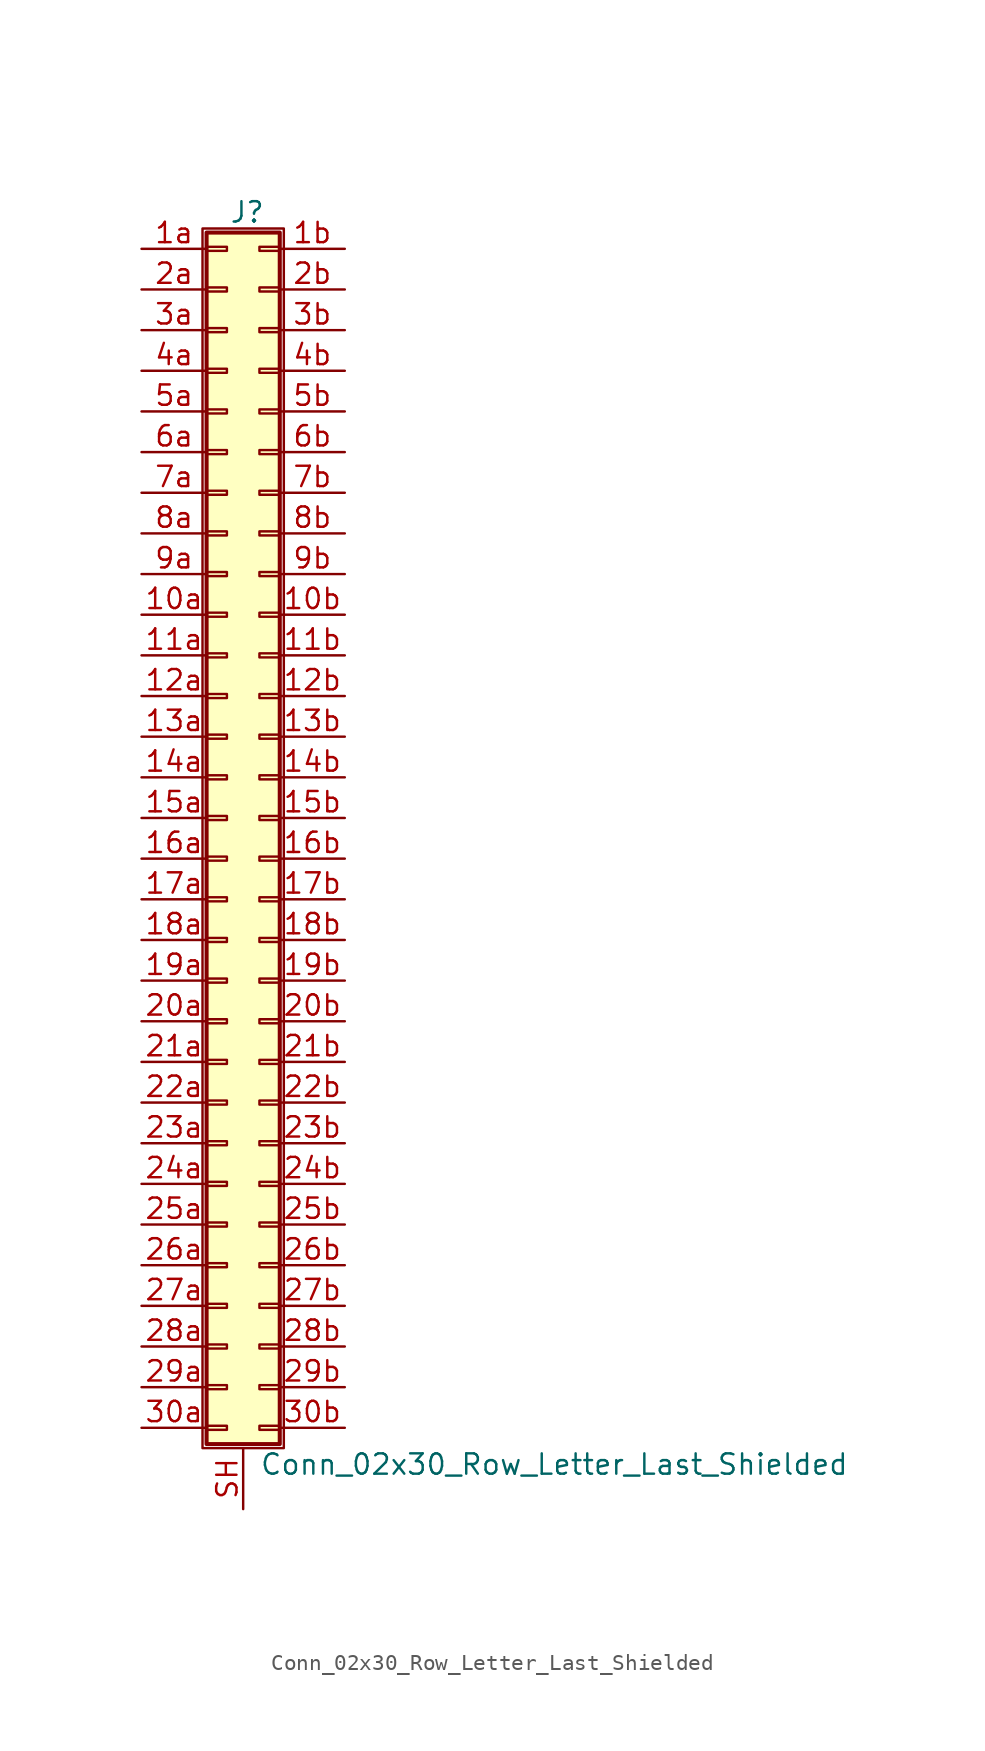
<source format=kicad_sym>
(kicad_symbol_lib
  (version 20220914)
  (generator kicad_symbol_editor)
  (symbol "Conn_02x30_Row_Letter_Last_Shielded"
    (pin_names
      (offset 1.016) hide)
    (property "Reference" "J"
      (at 1.524 37.846 0)
      (effects (font (size 1.27 1.27))))
    (property "Value" "Conn_02x30_Row_Letter_Last_Shielded"
      (at 2.286 -40.386 0)
      (effects (font (size 1.27 1.27)) (justify left)))
    (symbol "Conn_02x30_Row_Letter_Last_Shielded_1_1"
      (rectangle (start -1.27 36.83) (end 3.81 -39.37) (stroke (width 0.152) (type default)) (fill (type none)))
      (rectangle (start -1.016 -37.973) (end 0.254 -38.227) (stroke (width 0.152) (type default)) (fill (type none)))
      (rectangle (start -1.016 -35.433) (end 0.254 -35.687) (stroke (width 0.152) (type default)) (fill (type none)))
      (rectangle (start -1.016 -32.893) (end 0.254 -33.147) (stroke (width 0.152) (type default)) (fill (type none)))
      (rectangle (start -1.016 -30.353) (end 0.254 -30.607) (stroke (width 0.152) (type default)) (fill (type none)))
      (rectangle (start -1.016 -27.813) (end 0.254 -28.067) (stroke (width 0.152) (type default)) (fill (type none)))
      (rectangle (start -1.016 -25.273) (end 0.254 -25.527) (stroke (width 0.152) (type default)) (fill (type none)))
      (rectangle (start -1.016 -22.733) (end 0.254 -22.987) (stroke (width 0.152) (type default)) (fill (type none)))
      (rectangle (start -1.016 -20.193) (end 0.254 -20.447) (stroke (width 0.152) (type default)) (fill (type none)))
      (rectangle (start -1.016 -17.653) (end 0.254 -17.907) (stroke (width 0.152) (type default)) (fill (type none)))
      (rectangle (start -1.016 -15.113) (end 0.254 -15.367) (stroke (width 0.152) (type default)) (fill (type none)))
      (rectangle (start -1.016 -12.573) (end 0.254 -12.827) (stroke (width 0.152) (type default)) (fill (type none)))
      (rectangle (start -1.016 -10.033) (end 0.254 -10.287) (stroke (width 0.152) (type default)) (fill (type none)))
      (rectangle (start -1.016 -7.493) (end 0.254 -7.747) (stroke (width 0.152) (type default)) (fill (type none)))
      (rectangle (start -1.016 -4.953) (end 0.254 -5.207) (stroke (width 0.152) (type default)) (fill (type none)))
      (rectangle (start -1.016 -2.413) (end 0.254 -2.667) (stroke (width 0.152) (type default)) (fill (type none)))
      (rectangle (start -1.016 0.127) (end 0.254 -0.127) (stroke (width 0.152) (type default)) (fill (type none)))
      (rectangle (start -1.016 2.667) (end 0.254 2.413) (stroke (width 0.152) (type default)) (fill (type none)))
      (rectangle (start -1.016 5.207) (end 0.254 4.953) (stroke (width 0.152) (type default)) (fill (type none)))
      (rectangle (start -1.016 7.747) (end 0.254 7.493) (stroke (width 0.152) (type default)) (fill (type none)))
      (rectangle (start -1.016 10.287) (end 0.254 10.033) (stroke (width 0.152) (type default)) (fill (type none)))
      (rectangle (start -1.016 12.827) (end 0.254 12.573) (stroke (width 0.152) (type default)) (fill (type none)))
      (rectangle (start -1.016 15.367) (end 0.254 15.113) (stroke (width 0.152) (type default)) (fill (type none)))
      (rectangle (start -1.016 17.907) (end 0.254 17.653) (stroke (width 0.152) (type default)) (fill (type none)))
      (rectangle (start -1.016 20.447) (end 0.254 20.193) (stroke (width 0.152) (type default)) (fill (type none)))
      (rectangle (start -1.016 22.987) (end 0.254 22.733) (stroke (width 0.152) (type default)) (fill (type none)))
      (rectangle (start -1.016 25.527) (end 0.254 25.273) (stroke (width 0.152) (type default)) (fill (type none)))
      (rectangle (start -1.016 28.067) (end 0.254 27.813) (stroke (width 0.152) (type default)) (fill (type none)))
      (rectangle (start -1.016 30.607) (end 0.254 30.353) (stroke (width 0.152) (type default)) (fill (type none)))
      (rectangle (start -1.016 33.147) (end 0.254 32.893) (stroke (width 0.152) (type default)) (fill (type none)))
      (rectangle (start -1.016 35.687) (end 0.254 35.433) (stroke (width 0.152) (type default)) (fill (type none)))
      (rectangle (start -1.016 36.576) (end 3.556 -39.116) (stroke (width 0.254) (type default)) (fill (type background)))
      (rectangle (start 3.556 -37.973) (end 2.286 -38.227) (stroke (width 0.152) (type default)) (fill (type none)))
      (rectangle (start 3.556 -35.433) (end 2.286 -35.687) (stroke (width 0.152) (type default)) (fill (type none)))
      (rectangle (start 3.556 -32.893) (end 2.286 -33.147) (stroke (width 0.152) (type default)) (fill (type none)))
      (rectangle (start 3.556 -30.353) (end 2.286 -30.607) (stroke (width 0.152) (type default)) (fill (type none)))
      (rectangle (start 3.556 -27.813) (end 2.286 -28.067) (stroke (width 0.152) (type default)) (fill (type none)))
      (rectangle (start 3.556 -25.273) (end 2.286 -25.527) (stroke (width 0.152) (type default)) (fill (type none)))
      (rectangle (start 3.556 -22.733) (end 2.286 -22.987) (stroke (width 0.152) (type default)) (fill (type none)))
      (rectangle (start 3.556 -20.193) (end 2.286 -20.447) (stroke (width 0.152) (type default)) (fill (type none)))
      (rectangle (start 3.556 -17.653) (end 2.286 -17.907) (stroke (width 0.152) (type default)) (fill (type none)))
      (rectangle (start 3.556 -15.113) (end 2.286 -15.367) (stroke (width 0.152) (type default)) (fill (type none)))
      (rectangle (start 3.556 -12.573) (end 2.286 -12.827) (stroke (width 0.152) (type default)) (fill (type none)))
      (rectangle (start 3.556 -10.033) (end 2.286 -10.287) (stroke (width 0.152) (type default)) (fill (type none)))
      (rectangle (start 3.556 -7.493) (end 2.286 -7.747) (stroke (width 0.152) (type default)) (fill (type none)))
      (rectangle (start 3.556 -4.953) (end 2.286 -5.207) (stroke (width 0.152) (type default)) (fill (type none)))
      (rectangle (start 3.556 -2.413) (end 2.286 -2.667) (stroke (width 0.152) (type default)) (fill (type none)))
      (rectangle (start 3.556 0.127) (end 2.286 -0.127) (stroke (width 0.152) (type default)) (fill (type none)))
      (rectangle (start 3.556 2.667) (end 2.286 2.413) (stroke (width 0.152) (type default)) (fill (type none)))
      (rectangle (start 3.556 5.207) (end 2.286 4.953) (stroke (width 0.152) (type default)) (fill (type none)))
      (rectangle (start 3.556 7.747) (end 2.286 7.493) (stroke (width 0.152) (type default)) (fill (type none)))
      (rectangle (start 3.556 10.287) (end 2.286 10.033) (stroke (width 0.152) (type default)) (fill (type none)))
      (rectangle (start 3.556 12.827) (end 2.286 12.573) (stroke (width 0.152) (type default)) (fill (type none)))
      (rectangle (start 3.556 15.367) (end 2.286 15.113) (stroke (width 0.152) (type default)) (fill (type none)))
      (rectangle (start 3.556 17.907) (end 2.286 17.653) (stroke (width 0.152) (type default)) (fill (type none)))
      (rectangle (start 3.556 20.447) (end 2.286 20.193) (stroke (width 0.152) (type default)) (fill (type none)))
      (rectangle (start 3.556 22.987) (end 2.286 22.733) (stroke (width 0.152) (type default)) (fill (type none)))
      (rectangle (start 3.556 25.527) (end 2.286 25.273) (stroke (width 0.152) (type default)) (fill (type none)))
      (rectangle (start 3.556 28.067) (end 2.286 27.813) (stroke (width 0.152) (type default)) (fill (type none)))
      (rectangle (start 3.556 30.607) (end 2.286 30.353) (stroke (width 0.152) (type default)) (fill (type none)))
      (rectangle (start 3.556 33.147) (end 2.286 32.893) (stroke (width 0.152) (type default)) (fill (type none)))
      (rectangle (start 3.556 35.687) (end 2.286 35.433) (stroke (width 0.152) (type default)) (fill (type none)))
      (pin passive line (at -5.08 12.7 0) (length 4.064) (name "Pin_10a" (effects (font (size 1.27 1.27)))) (number "10a" (effects (font (size 1.27 1.27)))))
      (pin passive line (at 7.62 12.7 180) (length 4.064) (name "Pin_10b" (effects (font (size 1.27 1.27)))) (number "10b" (effects (font (size 1.27 1.27)))))
      (pin passive line (at -5.08 10.16 0) (length 4.064) (name "Pin_11a" (effects (font (size 1.27 1.27)))) (number "11a" (effects (font (size 1.27 1.27)))))
      (pin passive line (at 7.62 10.16 180) (length 4.064) (name "Pin_11b" (effects (font (size 1.27 1.27)))) (number "11b" (effects (font (size 1.27 1.27)))))
      (pin passive line (at -5.08 7.62 0) (length 4.064) (name "Pin_12a" (effects (font (size 1.27 1.27)))) (number "12a" (effects (font (size 1.27 1.27)))))
      (pin passive line (at 7.62 7.62 180) (length 4.064) (name "Pin_12b" (effects (font (size 1.27 1.27)))) (number "12b" (effects (font (size 1.27 1.27)))))
      (pin passive line (at -5.08 5.08 0) (length 4.064) (name "Pin_13a" (effects (font (size 1.27 1.27)))) (number "13a" (effects (font (size 1.27 1.27)))))
      (pin passive line (at 7.62 5.08 180) (length 4.064) (name "Pin_13b" (effects (font (size 1.27 1.27)))) (number "13b" (effects (font (size 1.27 1.27)))))
      (pin passive line (at -5.08 2.54 0) (length 4.064) (name "Pin_14a" (effects (font (size 1.27 1.27)))) (number "14a" (effects (font (size 1.27 1.27)))))
      (pin passive line (at 7.62 2.54 180) (length 4.064) (name "Pin_14b" (effects (font (size 1.27 1.27)))) (number "14b" (effects (font (size 1.27 1.27)))))
      (pin passive line (at -5.08 0 0) (length 4.064) (name "Pin_15a" (effects (font (size 1.27 1.27)))) (number "15a" (effects (font (size 1.27 1.27)))))
      (pin passive line (at 7.62 0 180) (length 4.064) (name "Pin_15b" (effects (font (size 1.27 1.27)))) (number "15b" (effects (font (size 1.27 1.27)))))
      (pin passive line (at -5.08 -2.54 0) (length 4.064) (name "Pin_16a" (effects (font (size 1.27 1.27)))) (number "16a" (effects (font (size 1.27 1.27)))))
      (pin passive line (at 7.62 -2.54 180) (length 4.064) (name "Pin_16b" (effects (font (size 1.27 1.27)))) (number "16b" (effects (font (size 1.27 1.27)))))
      (pin passive line (at -5.08 -5.08 0) (length 4.064) (name "Pin_17a" (effects (font (size 1.27 1.27)))) (number "17a" (effects (font (size 1.27 1.27)))))
      (pin passive line (at 7.62 -5.08 180) (length 4.064) (name "Pin_17b" (effects (font (size 1.27 1.27)))) (number "17b" (effects (font (size 1.27 1.27)))))
      (pin passive line (at -5.08 -7.62 0) (length 4.064) (name "Pin_18a" (effects (font (size 1.27 1.27)))) (number "18a" (effects (font (size 1.27 1.27)))))
      (pin passive line (at 7.62 -7.62 180) (length 4.064) (name "Pin_18b" (effects (font (size 1.27 1.27)))) (number "18b" (effects (font (size 1.27 1.27)))))
      (pin passive line (at -5.08 -10.16 0) (length 4.064) (name "Pin_19a" (effects (font (size 1.27 1.27)))) (number "19a" (effects (font (size 1.27 1.27)))))
      (pin passive line (at 7.62 -10.16 180) (length 4.064) (name "Pin_19b" (effects (font (size 1.27 1.27)))) (number "19b" (effects (font (size 1.27 1.27)))))
      (pin passive line (at -5.08 35.56 0) (length 4.064) (name "Pin_1a" (effects (font (size 1.27 1.27)))) (number "1a" (effects (font (size 1.27 1.27)))))
      (pin passive line (at 7.62 35.56 180) (length 4.064) (name "Pin_1b" (effects (font (size 1.27 1.27)))) (number "1b" (effects (font (size 1.27 1.27)))))
      (pin passive line (at -5.08 -12.7 0) (length 4.064) (name "Pin_20a" (effects (font (size 1.27 1.27)))) (number "20a" (effects (font (size 1.27 1.27)))))
      (pin passive line (at 7.62 -12.7 180) (length 4.064) (name "Pin_20b" (effects (font (size 1.27 1.27)))) (number "20b" (effects (font (size 1.27 1.27)))))
      (pin passive line (at -5.08 -15.24 0) (length 4.064) (name "Pin_21a" (effects (font (size 1.27 1.27)))) (number "21a" (effects (font (size 1.27 1.27)))))
      (pin passive line (at 7.62 -15.24 180) (length 4.064) (name "Pin_21b" (effects (font (size 1.27 1.27)))) (number "21b" (effects (font (size 1.27 1.27)))))
      (pin passive line (at -5.08 -17.78 0) (length 4.064) (name "Pin_22a" (effects (font (size 1.27 1.27)))) (number "22a" (effects (font (size 1.27 1.27)))))
      (pin passive line (at 7.62 -17.78 180) (length 4.064) (name "Pin_22b" (effects (font (size 1.27 1.27)))) (number "22b" (effects (font (size 1.27 1.27)))))
      (pin passive line (at -5.08 -20.32 0) (length 4.064) (name "Pin_23a" (effects (font (size 1.27 1.27)))) (number "23a" (effects (font (size 1.27 1.27)))))
      (pin passive line (at 7.62 -20.32 180) (length 4.064) (name "Pin_23b" (effects (font (size 1.27 1.27)))) (number "23b" (effects (font (size 1.27 1.27)))))
      (pin passive line (at -5.08 -22.86 0) (length 4.064) (name "Pin_24a" (effects (font (size 1.27 1.27)))) (number "24a" (effects (font (size 1.27 1.27)))))
      (pin passive line (at 7.62 -22.86 180) (length 4.064) (name "Pin_24b" (effects (font (size 1.27 1.27)))) (number "24b" (effects (font (size 1.27 1.27)))))
      (pin passive line (at -5.08 -25.4 0) (length 4.064) (name "Pin_25a" (effects (font (size 1.27 1.27)))) (number "25a" (effects (font (size 1.27 1.27)))))
      (pin passive line (at 7.62 -25.4 180) (length 4.064) (name "Pin_25b" (effects (font (size 1.27 1.27)))) (number "25b" (effects (font (size 1.27 1.27)))))
      (pin passive line (at -5.08 -27.94 0) (length 4.064) (name "Pin_26a" (effects (font (size 1.27 1.27)))) (number "26a" (effects (font (size 1.27 1.27)))))
      (pin passive line (at 7.62 -27.94 180) (length 4.064) (name "Pin_26b" (effects (font (size 1.27 1.27)))) (number "26b" (effects (font (size 1.27 1.27)))))
      (pin passive line (at -5.08 -30.48 0) (length 4.064) (name "Pin_27a" (effects (font (size 1.27 1.27)))) (number "27a" (effects (font (size 1.27 1.27)))))
      (pin passive line (at 7.62 -30.48 180) (length 4.064) (name "Pin_27b" (effects (font (size 1.27 1.27)))) (number "27b" (effects (font (size 1.27 1.27)))))
      (pin passive line (at -5.08 -33.02 0) (length 4.064) (name "Pin_28a" (effects (font (size 1.27 1.27)))) (number "28a" (effects (font (size 1.27 1.27)))))
      (pin passive line (at 7.62 -33.02 180) (length 4.064) (name "Pin_28b" (effects (font (size 1.27 1.27)))) (number "28b" (effects (font (size 1.27 1.27)))))
      (pin passive line (at -5.08 -35.56 0) (length 4.064) (name "Pin_29a" (effects (font (size 1.27 1.27)))) (number "29a" (effects (font (size 1.27 1.27)))))
      (pin passive line (at 7.62 -35.56 180) (length 4.064) (name "Pin_29b" (effects (font (size 1.27 1.27)))) (number "29b" (effects (font (size 1.27 1.27)))))
      (pin passive line (at -5.08 33.02 0) (length 4.064) (name "Pin_2a" (effects (font (size 1.27 1.27)))) (number "2a" (effects (font (size 1.27 1.27)))))
      (pin passive line (at 7.62 33.02 180) (length 4.064) (name "Pin_2b" (effects (font (size 1.27 1.27)))) (number "2b" (effects (font (size 1.27 1.27)))))
      (pin passive line (at -5.08 -38.1 0) (length 4.064) (name "Pin_30a" (effects (font (size 1.27 1.27)))) (number "30a" (effects (font (size 1.27 1.27)))))
      (pin passive line (at 7.62 -38.1 180) (length 4.064) (name "Pin_30b" (effects (font (size 1.27 1.27)))) (number "30b" (effects (font (size 1.27 1.27)))))
      (pin passive line (at -5.08 30.48 0) (length 4.064) (name "Pin_3a" (effects (font (size 1.27 1.27)))) (number "3a" (effects (font (size 1.27 1.27)))))
      (pin passive line (at 7.62 30.48 180) (length 4.064) (name "Pin_3b" (effects (font (size 1.27 1.27)))) (number "3b" (effects (font (size 1.27 1.27)))))
      (pin passive line (at -5.08 27.94 0) (length 4.064) (name "Pin_4a" (effects (font (size 1.27 1.27)))) (number "4a" (effects (font (size 1.27 1.27)))))
      (pin passive line (at 7.62 27.94 180) (length 4.064) (name "Pin_4b" (effects (font (size 1.27 1.27)))) (number "4b" (effects (font (size 1.27 1.27)))))
      (pin passive line (at -5.08 25.4 0) (length 4.064) (name "Pin_5a" (effects (font (size 1.27 1.27)))) (number "5a" (effects (font (size 1.27 1.27)))))
      (pin passive line (at 7.62 25.4 180) (length 4.064) (name "Pin_5b" (effects (font (size 1.27 1.27)))) (number "5b" (effects (font (size 1.27 1.27)))))
      (pin passive line (at -5.08 22.86 0) (length 4.064) (name "Pin_6a" (effects (font (size 1.27 1.27)))) (number "6a" (effects (font (size 1.27 1.27)))))
      (pin passive line (at 7.62 22.86 180) (length 4.064) (name "Pin_6b" (effects (font (size 1.27 1.27)))) (number "6b" (effects (font (size 1.27 1.27)))))
      (pin passive line (at -5.08 20.32 0) (length 4.064) (name "Pin_7a" (effects (font (size 1.27 1.27)))) (number "7a" (effects (font (size 1.27 1.27)))))
      (pin passive line (at 7.62 20.32 180) (length 4.064) (name "Pin_7b" (effects (font (size 1.27 1.27)))) (number "7b" (effects (font (size 1.27 1.27)))))
      (pin passive line (at -5.08 17.78 0) (length 4.064) (name "Pin_8a" (effects (font (size 1.27 1.27)))) (number "8a" (effects (font (size 1.27 1.27)))))
      (pin passive line (at 7.62 17.78 180) (length 4.064) (name "Pin_8b" (effects (font (size 1.27 1.27)))) (number "8b" (effects (font (size 1.27 1.27)))))
      (pin passive line (at -5.08 15.24 0) (length 4.064) (name "Pin_9a" (effects (font (size 1.27 1.27)))) (number "9a" (effects (font (size 1.27 1.27)))))
      (pin passive line (at 7.62 15.24 180) (length 4.064) (name "Pin_9b" (effects (font (size 1.27 1.27)))) (number "9b" (effects (font (size 1.27 1.27)))))
      (pin passive line (at 1.27 -43.18 90) (length 3.81) (name "Shield" (effects (font (size 1.27 1.27)))) (number "SH" (effects (font (size 1.27 1.27))))))))
</source>
